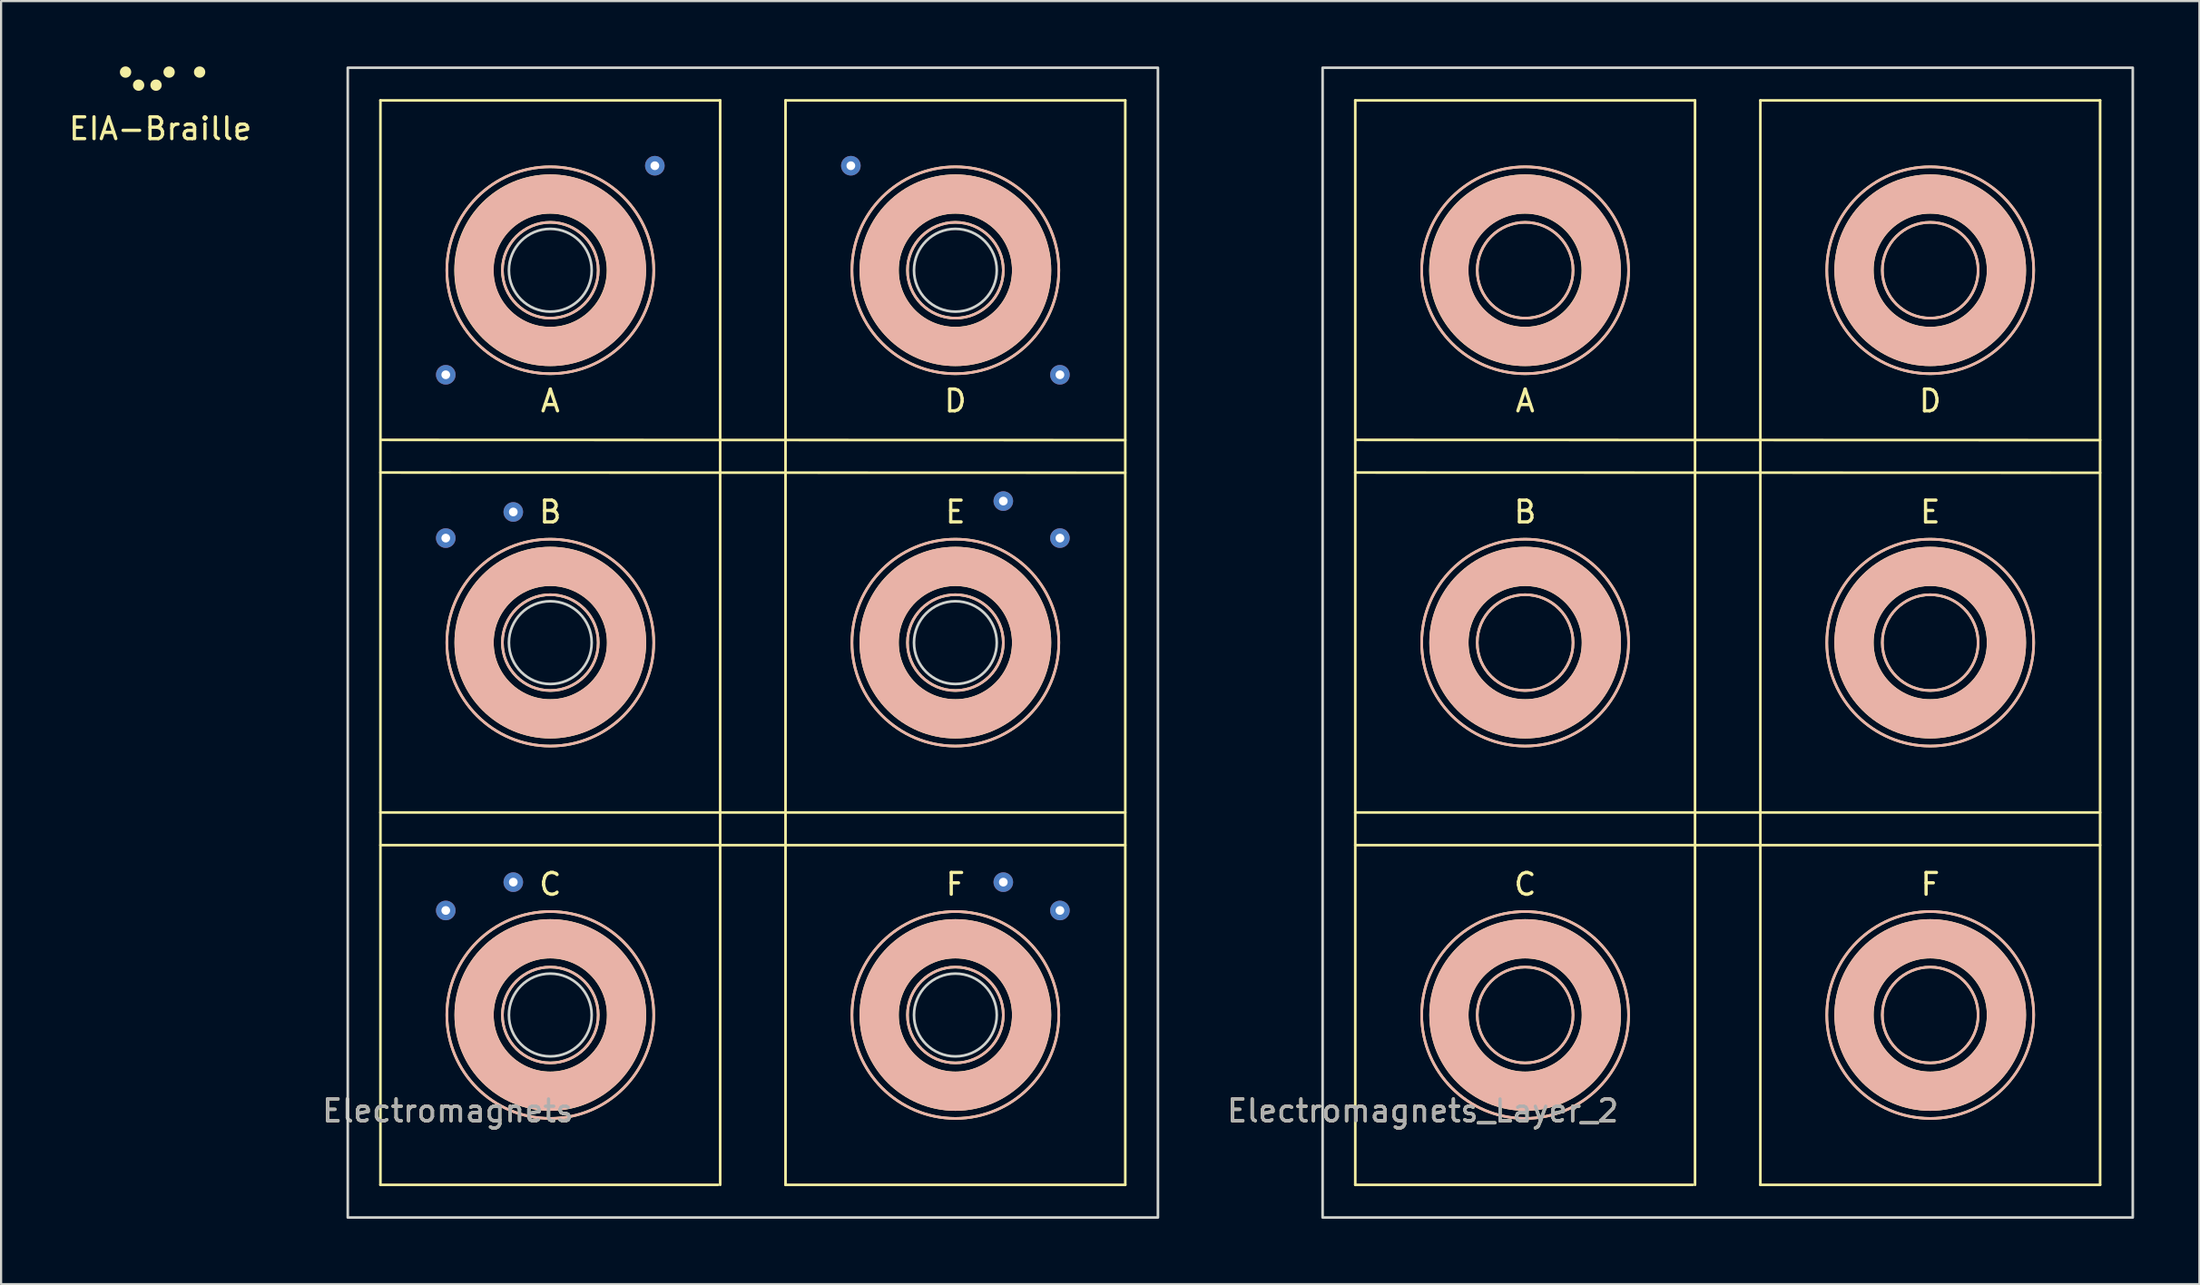
<source format=kicad_pcb>
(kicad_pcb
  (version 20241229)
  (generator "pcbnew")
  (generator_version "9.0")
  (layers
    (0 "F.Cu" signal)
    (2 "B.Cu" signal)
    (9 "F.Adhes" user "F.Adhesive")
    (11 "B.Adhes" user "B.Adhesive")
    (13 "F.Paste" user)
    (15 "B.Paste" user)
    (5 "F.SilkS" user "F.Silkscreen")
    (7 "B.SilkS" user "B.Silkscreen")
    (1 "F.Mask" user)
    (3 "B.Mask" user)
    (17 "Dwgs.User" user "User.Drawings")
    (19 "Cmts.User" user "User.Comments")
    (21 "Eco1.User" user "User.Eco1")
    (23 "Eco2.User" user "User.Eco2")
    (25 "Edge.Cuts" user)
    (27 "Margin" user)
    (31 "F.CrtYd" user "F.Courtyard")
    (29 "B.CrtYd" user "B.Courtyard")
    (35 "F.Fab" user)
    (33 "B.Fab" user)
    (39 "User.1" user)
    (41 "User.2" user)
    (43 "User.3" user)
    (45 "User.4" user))
  (footprint "Electromagnets_Layer_2"
    (layer "F.Cu")
    (at 76.279 26.46)
    (property "Reference" "Electromagnets_Layer_2" (at -14 21.5 0) (unlocked yes) (layer "F.SilkS") (effects (font (size 1 1) (thickness 0.15))))
    (attr through_hole)
    (fp_line (start -17.1 -24.9) (end -1.5 -24.9) (stroke (width 0.12) (type solid)) (layer "F.SilkS"))
    (fp_line (start -17.1 -7.81) (end 17.1 -7.8) (stroke (width 0.12) (type solid)) (layer "F.SilkS"))
    (fp_line (start -17.1 7.8) (end 17.1 7.8) (stroke (width 0.12) (type solid)) (layer "F.SilkS"))
    (fp_line (start -17.1 9.3) (end 17.1 9.3) (stroke (width 0.12) (type solid)) (layer "F.SilkS"))
    (fp_line (start -17.1 24.9) (end -17.1 -24.9) (stroke (width 0.12) (type solid)) (layer "F.SilkS"))
    (fp_line (start -17.06 -9.31) (end 17.1 -9.3) (stroke (width 0.12) (type solid)) (layer "F.SilkS"))
    (fp_line (start -1.6 24.9) (end -17.1 24.9) (stroke (width 0.12) (type solid)) (layer "F.SilkS"))
    (fp_line (start -1.5 -24.9) (end -1.5 24.9) (stroke (width 0.12) (type solid)) (layer "F.SilkS"))
    (fp_line (start 1.5 -24.9) (end 17.1 -24.9) (stroke (width 0.12) (type solid)) (layer "F.SilkS"))
    (fp_line (start 1.5 24.9) (end 1.5 -24.9) (stroke (width 0.12) (type solid)) (layer "F.SilkS"))
    (fp_line (start 17.1 -24.9) (end 17.1 24.9) (stroke (width 0.12) (type solid)) (layer "F.SilkS"))
    (fp_line (start 17.1 24.9) (end 1.5 24.9) (stroke (width 0.12) (type solid)) (layer "F.SilkS"))
    (fp_circle (center -9.31 -17.1) (end -5.81 -17.1) (stroke (width 1.8) (type solid)) (fill no) (layer "F.SilkS"))
    (fp_circle (center -9.3 -17.1) (end -7.1 -17.1) (stroke (width 0.12) (type solid)) (fill no) (layer "F.SilkS"))
    (fp_circle (center -9.3 -17.1) (end -4.55 -17.1) (stroke (width 0.12) (type solid)) (fill no) (layer "F.SilkS"))
    (fp_circle (center -9.3 0) (end -7.1 0) (stroke (width 0.12) (type solid)) (fill no) (layer "F.SilkS"))
    (fp_circle (center -9.3 0) (end -5.8 0) (stroke (width 1.8) (type solid)) (fill no) (layer "F.SilkS"))
    (fp_circle (center -9.3 0) (end -4.55 0) (stroke (width 0.12) (type solid)) (fill no) (layer "F.SilkS"))
    (fp_circle (center -9.3 17.1) (end -7.1 17.1) (stroke (width 0.12) (type solid)) (fill no) (layer "F.SilkS"))
    (fp_circle (center -9.3 17.1) (end -5.8 17.1) (stroke (width 1.8) (type solid)) (fill no) (layer "F.SilkS"))
    (fp_circle (center -9.3 17.1) (end -4.55 17.1) (stroke (width 0.12) (type solid)) (fill no) (layer "F.SilkS"))
    (fp_circle (center 9.3 -17.1) (end 11.5 -17.1) (stroke (width 0.12) (type solid)) (fill no) (layer "F.SilkS"))
    (fp_circle (center 9.3 -17.1) (end 12.8 -17.1) (stroke (width 1.8) (type solid)) (fill no) (layer "F.SilkS"))
    (fp_circle (center 9.3 -17.1) (end 14.05 -17.1) (stroke (width 0.12) (type solid)) (fill no) (layer "F.SilkS"))
    (fp_circle (center 9.3 0) (end 11.5 0) (stroke (width 0.12) (type solid)) (fill no) (layer "F.SilkS"))
    (fp_circle (center 9.3 0) (end 12.8 0) (stroke (width 1.8) (type solid)) (fill no) (layer "F.SilkS"))
    (fp_circle (center 9.3 0) (end 14.05 0) (stroke (width 0.12) (type solid)) (fill no) (layer "F.SilkS"))
    (fp_circle (center 9.3 17.1) (end 11.5 17.1) (stroke (width 0.12) (type solid)) (fill no) (layer "F.SilkS"))
    (fp_circle (center 9.3 17.1) (end 12.8 17.1) (stroke (width 1.8) (type solid)) (fill no) (layer "F.SilkS"))
    (fp_circle (center 9.3 17.1) (end 14.05 17.1) (stroke (width 0.12) (type solid)) (fill no) (layer "F.SilkS"))
    (fp_circle (center -9.3 -17.1) (end -14.05 -17.1) (stroke (width 0.12) (type solid)) (fill no) (layer "B.SilkS"))
    (fp_circle (center -9.3 -17.1) (end -12.8 -17.1) (stroke (width 1.8) (type solid)) (fill no) (layer "B.SilkS"))
    (fp_circle (center -9.3 -17.1) (end -11.5 -17.1) (stroke (width 0.12) (type solid)) (fill no) (layer "B.SilkS"))
    (fp_circle (center -9.3 0) (end -14.05 0) (stroke (width 0.12) (type solid)) (fill no) (layer "B.SilkS"))
    (fp_circle (center -9.3 0) (end -12.8 0) (stroke (width 1.8) (type solid)) (fill no) (layer "B.SilkS"))
    (fp_circle (center -9.3 0) (end -11.5 0) (stroke (width 0.12) (type solid)) (fill no) (layer "B.SilkS"))
    (fp_circle (center -9.3 17.1) (end -14.05 17.1) (stroke (width 0.12) (type solid)) (fill no) (layer "B.SilkS"))
    (fp_circle (center -9.3 17.1) (end -12.8 17.1) (stroke (width 1.8) (type solid)) (fill no) (layer "B.SilkS"))
    (fp_circle (center -9.3 17.1) (end -11.5 17.1) (stroke (width 0.12) (type solid)) (fill no) (layer "B.SilkS"))
    (fp_circle (center 9.3 -17.1) (end 4.55 -17.1) (stroke (width 0.12) (type solid)) (fill no) (layer "B.SilkS"))
    (fp_circle (center 9.3 -17.1) (end 5.8 -17.1) (stroke (width 1.8) (type solid)) (fill no) (layer "B.SilkS"))
    (fp_circle (center 9.3 -17.1) (end 7.1 -17.1) (stroke (width 0.12) (type solid)) (fill no) (layer "B.SilkS"))
    (fp_circle (center 9.3 0) (end 4.55 0) (stroke (width 0.12) (type solid)) (fill no) (layer "B.SilkS"))
    (fp_circle (center 9.3 0) (end 5.8 0) (stroke (width 1.8) (type solid)) (fill no) (layer "B.SilkS"))
    (fp_circle (center 9.3 0) (end 7.1 0) (stroke (width 0.12) (type solid)) (fill no) (layer "B.SilkS"))
    (fp_circle (center 9.3 17.1) (end 4.55 17.1) (stroke (width 0.12) (type solid)) (fill no) (layer "B.SilkS"))
    (fp_circle (center 9.3 17.1) (end 5.8 17.1) (stroke (width 1.8) (type solid)) (fill no) (layer "B.SilkS"))
    (fp_circle (center 9.3 17.1) (end 7.1 17.1) (stroke (width 0.12) (type solid)) (fill no) (layer "B.SilkS"))
    (fp_rect (start 18.6 26.4) (end -18.6 -26.4) (stroke (width 0.12) (type solid)) (fill no) (layer "Edge.Cuts"))
    (fp_text user "D" (at 9.3 -11.1 0) (unlocked yes) (layer "F.SilkS") (effects (font (size 1 1) (thickness 0.15))))
    (fp_text user "E" (at 9.3 -6 0) (unlocked yes) (layer "F.SilkS") (effects (font (size 1 1) (thickness 0.15))))
    (fp_text user "B" (at -9.3 -6 0) (unlocked yes) (layer "F.SilkS") (effects (font (size 1 1) (thickness 0.15))))
    (fp_text user "C" (at -9.3 11.1 0) (unlocked yes) (layer "F.SilkS") (effects (font (size 1 1) (thickness 0.15))))
    (fp_text user "F" (at 9.3 11.1 0) (unlocked yes) (layer "F.SilkS") (effects (font (size 1 1) (thickness 0.15))))
    (fp_text user "A" (at -9.3 -11.1 0) (unlocked yes) (layer "F.SilkS") (effects (font (size 1 1) (thickness 0.15))))
    (fp_text user "${REFERENCE}" (at -14 21.5 0) (unlocked yes) (layer "F.Fab") (effects (font (size 1 1) (thickness 0.15)))))
  (footprint "EIA-Braille"
    (layer "F.Cu")
    (at 4.315 0.86)
    (property "Reference" "EIA-Braille" (at 0 2 0) (unlocked yes) (layer "F.SilkS") (effects (font (size 1 1) (thickness 0.15))))
    (fp_circle (center -1.6 -0.6) (end -1.4 -0.6) (stroke (width 0.12) (type solid)) (fill yes) (layer "F.SilkS"))
    (fp_circle (center -1 0) (end -0.8 0) (stroke (width 0.12) (type solid)) (fill yes) (layer "F.SilkS"))
    (fp_circle (center -0.2 0) (end 0 0) (stroke (width 0.12) (type solid)) (fill yes) (layer "F.SilkS"))
    (fp_circle (center 0.4 -0.6) (end 0.6 -0.6) (stroke (width 0.12) (type solid)) (fill yes) (layer "F.SilkS"))
    (fp_circle (center 1.8 -0.6) (end 2 -0.6) (stroke (width 0.12) (type solid)) (fill yes) (layer "F.SilkS")))
  (footprint "Electromagnets"
    (layer "F.Cu")
    (at 31.518 26.46)
    (property "Reference" "Electromagnets" (at -14 21.5 0) (unlocked yes) (layer "F.SilkS") (effects (font (size 1 1) (thickness 0.15))))
    (attr through_hole)
    (fp_line (start -17.1 -24.9) (end -1.5 -24.9) (stroke (width 0.12) (type solid)) (layer "F.SilkS"))
    (fp_line (start -17.1 -7.81) (end 17.1 -7.8) (stroke (width 0.12) (type solid)) (layer "F.SilkS"))
    (fp_line (start -17.1 7.8) (end 17.1 7.8) (stroke (width 0.12) (type solid)) (layer "F.SilkS"))
    (fp_line (start -17.1 9.3) (end 17.1 9.3) (stroke (width 0.12) (type solid)) (layer "F.SilkS"))
    (fp_line (start -17.1 24.9) (end -17.1 -24.9) (stroke (width 0.12) (type solid)) (layer "F.SilkS"))
    (fp_line (start -17.06 -9.31) (end 17.1 -9.3) (stroke (width 0.12) (type solid)) (layer "F.SilkS"))
    (fp_line (start -1.6 24.9) (end -17.1 24.9) (stroke (width 0.12) (type solid)) (layer "F.SilkS"))
    (fp_line (start -1.5 -24.9) (end -1.5 24.9) (stroke (width 0.12) (type solid)) (layer "F.SilkS"))
    (fp_line (start 1.5 -24.9) (end 17.1 -24.9) (stroke (width 0.12) (type solid)) (layer "F.SilkS"))
    (fp_line (start 1.5 24.9) (end 1.5 -24.9) (stroke (width 0.12) (type solid)) (layer "F.SilkS"))
    (fp_line (start 17.1 -24.9) (end 17.1 24.9) (stroke (width 0.12) (type solid)) (layer "F.SilkS"))
    (fp_line (start 17.1 24.9) (end 1.5 24.9) (stroke (width 0.12) (type solid)) (layer "F.SilkS"))
    (fp_circle (center -9.31 -17.1) (end -5.81 -17.1) (stroke (width 1.8) (type solid)) (fill no) (layer "F.SilkS"))
    (fp_circle (center -9.3 -17.1) (end -7.1 -17.1) (stroke (width 0.12) (type solid)) (fill no) (layer "F.SilkS"))
    (fp_circle (center -9.3 -17.1) (end -4.55 -17.1) (stroke (width 0.12) (type solid)) (fill no) (layer "F.SilkS"))
    (fp_circle (center -9.3 0) (end -7.1 0) (stroke (width 0.12) (type solid)) (fill no) (layer "F.SilkS"))
    (fp_circle (center -9.3 0) (end -5.8 0) (stroke (width 1.8) (type solid)) (fill no) (layer "F.SilkS"))
    (fp_circle (center -9.3 0) (end -4.55 0) (stroke (width 0.12) (type solid)) (fill no) (layer "F.SilkS"))
    (fp_circle (center -9.3 17.1) (end -7.1 17.1) (stroke (width 0.12) (type solid)) (fill no) (layer "F.SilkS"))
    (fp_circle (center -9.3 17.1) (end -5.8 17.1) (stroke (width 1.8) (type solid)) (fill no) (layer "F.SilkS"))
    (fp_circle (center -9.3 17.1) (end -4.55 17.1) (stroke (width 0.12) (type solid)) (fill no) (layer "F.SilkS"))
    (fp_circle (center 9.3 -17.1) (end 11.5 -17.1) (stroke (width 0.12) (type solid)) (fill no) (layer "F.SilkS"))
    (fp_circle (center 9.3 -17.1) (end 12.8 -17.1) (stroke (width 1.8) (type solid)) (fill no) (layer "F.SilkS"))
    (fp_circle (center 9.3 -17.1) (end 14.05 -17.1) (stroke (width 0.12) (type solid)) (fill no) (layer "F.SilkS"))
    (fp_circle (center 9.3 0) (end 11.5 0) (stroke (width 0.12) (type solid)) (fill no) (layer "F.SilkS"))
    (fp_circle (center 9.3 0) (end 12.8 0) (stroke (width 1.8) (type solid)) (fill no) (layer "F.SilkS"))
    (fp_circle (center 9.3 0) (end 14.05 0) (stroke (width 0.12) (type solid)) (fill no) (layer "F.SilkS"))
    (fp_circle (center 9.3 17.1) (end 11.5 17.1) (stroke (width 0.12) (type solid)) (fill no) (layer "F.SilkS"))
    (fp_circle (center 9.3 17.1) (end 12.8 17.1) (stroke (width 1.8) (type solid)) (fill no) (layer "F.SilkS"))
    (fp_circle (center 9.3 17.1) (end 14.05 17.1) (stroke (width 0.12) (type solid)) (fill no) (layer "F.SilkS"))
    (fp_circle (center -9.3 -17.1) (end -14.05 -17.1) (stroke (width 0.12) (type solid)) (fill no) (layer "B.SilkS"))
    (fp_circle (center -9.3 -17.1) (end -12.8 -17.1) (stroke (width 1.8) (type solid)) (fill no) (layer "B.SilkS"))
    (fp_circle (center -9.3 -17.1) (end -11.5 -17.1) (stroke (width 0.12) (type solid)) (fill no) (layer "B.SilkS"))
    (fp_circle (center -9.3 0) (end -14.05 0) (stroke (width 0.12) (type solid)) (fill no) (layer "B.SilkS"))
    (fp_circle (center -9.3 0) (end -12.8 0) (stroke (width 1.8) (type solid)) (fill no) (layer "B.SilkS"))
    (fp_circle (center -9.3 0) (end -11.5 0) (stroke (width 0.12) (type solid)) (fill no) (layer "B.SilkS"))
    (fp_circle (center -9.3 17.1) (end -14.05 17.1) (stroke (width 0.12) (type solid)) (fill no) (layer "B.SilkS"))
    (fp_circle (center -9.3 17.1) (end -12.8 17.1) (stroke (width 1.8) (type solid)) (fill no) (layer "B.SilkS"))
    (fp_circle (center -9.3 17.1) (end -11.5 17.1) (stroke (width 0.12) (type solid)) (fill no) (layer "B.SilkS"))
    (fp_circle (center 9.3 -17.1) (end 4.55 -17.1) (stroke (width 0.12) (type solid)) (fill no) (layer "B.SilkS"))
    (fp_circle (center 9.3 -17.1) (end 5.8 -17.1) (stroke (width 1.8) (type solid)) (fill no) (layer "B.SilkS"))
    (fp_circle (center 9.3 -17.1) (end 7.1 -17.1) (stroke (width 0.12) (type solid)) (fill no) (layer "B.SilkS"))
    (fp_circle (center 9.3 0) (end 4.55 0) (stroke (width 0.12) (type solid)) (fill no) (layer "B.SilkS"))
    (fp_circle (center 9.3 0) (end 5.8 0) (stroke (width 1.8) (type solid)) (fill no) (layer "B.SilkS"))
    (fp_circle (center 9.3 0) (end 7.1 0) (stroke (width 0.12) (type solid)) (fill no) (layer "B.SilkS"))
    (fp_circle (center 9.3 17.1) (end 4.55 17.1) (stroke (width 0.12) (type solid)) (fill no) (layer "B.SilkS"))
    (fp_circle (center 9.3 17.1) (end 5.8 17.1) (stroke (width 1.8) (type solid)) (fill no) (layer "B.SilkS"))
    (fp_circle (center 9.3 17.1) (end 7.1 17.1) (stroke (width 0.12) (type solid)) (fill no) (layer "B.SilkS"))
    (fp_rect (start 18.6 26.4) (end -18.6 -26.4) (stroke (width 0.12) (type solid)) (fill no) (layer "Edge.Cuts"))
    (fp_circle (center -9.3 -17.1) (end -7.4 -17.1) (stroke (width 0.12) (type solid)) (fill no) (layer "Edge.Cuts"))
    (fp_circle (center -9.3 0) (end -7.4 0) (stroke (width 0.12) (type solid)) (fill no) (layer "Edge.Cuts"))
    (fp_circle (center -9.3 17.1) (end -7.4 17.1) (stroke (width 0.12) (type solid)) (fill no) (layer "Edge.Cuts"))
    (fp_circle (center 9.3 -17.1) (end 11.2 -17.1) (stroke (width 0.12) (type solid)) (fill no) (layer "Edge.Cuts"))
    (fp_circle (center 9.3 0) (end 11.2 0) (stroke (width 0.12) (type solid)) (fill no) (layer "Edge.Cuts"))
    (fp_circle (center 9.3 17.1) (end 11.2 17.1) (stroke (width 0.12) (type solid)) (fill no) (layer "Edge.Cuts"))
    (fp_text user "E" (at 9.3 -6 0) (unlocked yes) (layer "F.SilkS") (effects (font (size 1 1) (thickness 0.15))))
    (fp_text user "B" (at -9.3 -6 0) (unlocked yes) (layer "F.SilkS") (effects (font (size 1 1) (thickness 0.15))))
    (fp_text user "C" (at -9.3 11.1 0) (unlocked yes) (layer "F.SilkS") (effects (font (size 1 1) (thickness 0.15))))
    (fp_text user "D" (at 9.3 -11.1 0) (unlocked yes) (layer "F.SilkS") (effects (font (size 1 1) (thickness 0.15))))
    (fp_text user "F" (at 9.3 11.1 0) (unlocked yes) (layer "F.SilkS") (effects (font (size 1 1) (thickness 0.15))))
    (fp_text user "A" (at -9.3 -11.1 0) (unlocked yes) (layer "F.SilkS") (effects (font (size 1 1) (thickness 0.15))))
    (fp_text user "${REFERENCE}" (at -14 21.5 0) (unlocked yes) (layer "F.Fab") (effects (font (size 1 1) (thickness 0.15))))
    (pad "1" thru_hole circle (at -14.1 -12.3) (size 0.9 0.9) (drill 0.4) (layers "*.Cu" "*.Mask"))
    (pad "2" thru_hole circle (at -4.5 -21.9) (size 0.9 0.9) (drill 0.4) (layers "*.Cu" "*.Mask"))
    (pad "3" thru_hole circle (at -14.1 -4.8) (size 0.9 0.9) (drill 0.4) (layers "*.Cu" "*.Mask"))
    (pad "4" thru_hole circle (at -11 -6) (size 0.9 0.9) (drill 0.4) (layers "*.Cu" "*.Mask"))
    (pad "5" thru_hole circle (at -14.1 12.3) (size 0.9 0.9) (drill 0.4) (layers "*.Cu" "*.Mask"))
    (pad "6" thru_hole circle (at -11 11) (size 0.9 0.9) (drill 0.4) (layers "*.Cu" "*.Mask"))
    (pad "7" thru_hole circle (at 4.5 -21.9) (size 0.9 0.9) (drill 0.4) (layers "*.Cu" "*.Mask"))
    (pad "8" thru_hole circle (at 14.1 -12.3) (size 0.9 0.9) (drill 0.4) (layers "*.Cu" "*.Mask"))
    (pad "9" thru_hole circle (at 11.5 -6.5) (size 0.9 0.9) (drill 0.4) (layers "*.Cu" "*.Mask"))
    (pad "10" thru_hole circle (at 14.1 -4.8) (size 0.9 0.9) (drill 0.4) (layers "*.Cu" "*.Mask"))
    (pad "11" thru_hole circle (at 11.5 11) (size 0.9 0.9) (drill 0.4) (layers "*.Cu" "*.Mask"))
    (pad "12" thru_hole circle (at 14.1 12.3) (size 0.9 0.9) (drill 0.4) (layers "*.Cu" "*.Mask")))
  (gr_rect
    (start -3 -3)
    (end 97.939 55.92)
    (stroke (width 0.1) (type default))
    (fill no)
    (layer "Edge.Cuts")))
</source>
